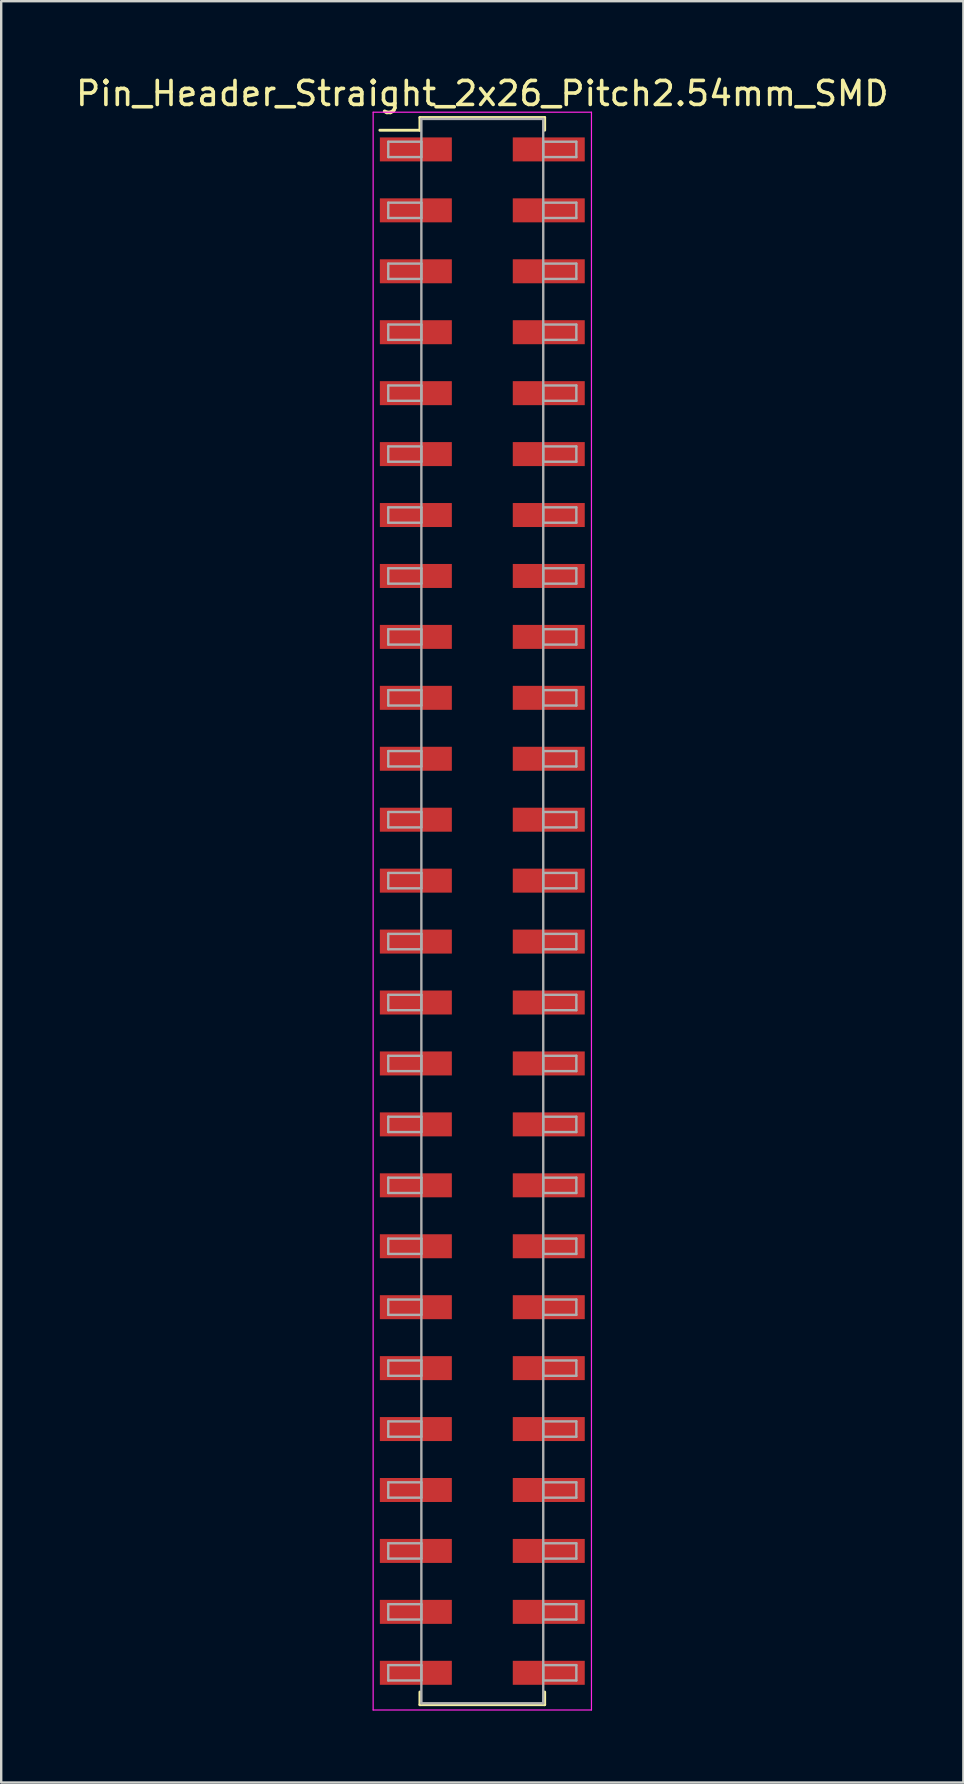
<source format=kicad_pcb>
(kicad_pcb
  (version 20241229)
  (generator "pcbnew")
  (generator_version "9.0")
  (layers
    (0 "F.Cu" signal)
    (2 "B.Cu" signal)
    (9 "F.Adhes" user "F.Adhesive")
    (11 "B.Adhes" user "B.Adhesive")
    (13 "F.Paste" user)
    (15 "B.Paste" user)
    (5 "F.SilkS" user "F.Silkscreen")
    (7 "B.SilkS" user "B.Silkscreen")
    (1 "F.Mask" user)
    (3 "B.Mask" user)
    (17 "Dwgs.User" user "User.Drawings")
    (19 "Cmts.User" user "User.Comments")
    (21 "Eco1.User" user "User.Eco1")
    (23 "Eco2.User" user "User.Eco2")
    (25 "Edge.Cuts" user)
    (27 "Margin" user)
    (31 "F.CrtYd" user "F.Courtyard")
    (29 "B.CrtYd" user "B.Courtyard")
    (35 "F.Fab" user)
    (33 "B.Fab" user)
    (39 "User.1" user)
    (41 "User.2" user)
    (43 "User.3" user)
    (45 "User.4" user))
  (footprint "Pin_Header_Straight_2x26_Pitch2.54mm_SMD"
    (layer "F.Cu")
    (at 17.054 34.928)
    (property "Reference" "Pin_Header_Straight_2x26_Pitch2.54mm_SMD" (at 0 -34.08 0) (layer "F.SilkS") (effects (font (size 1 1) (thickness 0.15))))
    (attr smd)
    (fp_line (start -4.27 -32.55) (end -2.6 -32.55) (stroke (width 0.12) (type solid)) (layer "F.SilkS"))
    (fp_line (start -2.6 -33.08) (end 2.6 -33.08) (stroke (width 0.12) (type solid)) (layer "F.SilkS"))
    (fp_line (start -2.6 -32.55) (end -2.6 -33.08) (stroke (width 0.12) (type solid)) (layer "F.SilkS"))
    (fp_line (start -2.6 32.55) (end -2.6 33.08) (stroke (width 0.12) (type solid)) (layer "F.SilkS"))
    (fp_line (start -2.6 33.08) (end 2.6 33.08) (stroke (width 0.12) (type solid)) (layer "F.SilkS"))
    (fp_line (start 2.6 -33.08) (end 2.6 -32.55) (stroke (width 0.12) (type solid)) (layer "F.SilkS"))
    (fp_line (start 2.6 33.08) (end 2.6 32.55) (stroke (width 0.12) (type solid)) (layer "F.SilkS"))
    (fp_line (start -4.55 -33.3) (end -4.55 33.3) (stroke (width 0.05) (type solid)) (layer "F.CrtYd"))
    (fp_line (start -4.55 33.3) (end 4.55 33.3) (stroke (width 0.05) (type solid)) (layer "F.CrtYd"))
    (fp_line (start 4.55 -33.3) (end -4.55 -33.3) (stroke (width 0.05) (type solid)) (layer "F.CrtYd"))
    (fp_line (start 4.55 33.3) (end 4.55 -33.3) (stroke (width 0.05) (type solid)) (layer "F.CrtYd"))
    (fp_line (start -3.92 -32.07) (end -2.54 -32.07) (stroke (width 0.1) (type solid)) (layer "F.Fab"))
    (fp_line (start -3.92 -31.43) (end -3.92 -32.07) (stroke (width 0.1) (type solid)) (layer "F.Fab"))
    (fp_line (start -3.92 -29.53) (end -2.54 -29.53) (stroke (width 0.1) (type solid)) (layer "F.Fab"))
    (fp_line (start -3.92 -28.89) (end -3.92 -29.53) (stroke (width 0.1) (type solid)) (layer "F.Fab"))
    (fp_line (start -3.92 -26.99) (end -2.54 -26.99) (stroke (width 0.1) (type solid)) (layer "F.Fab"))
    (fp_line (start -3.92 -26.35) (end -3.92 -26.99) (stroke (width 0.1) (type solid)) (layer "F.Fab"))
    (fp_line (start -3.92 -24.45) (end -2.54 -24.45) (stroke (width 0.1) (type solid)) (layer "F.Fab"))
    (fp_line (start -3.92 -23.81) (end -3.92 -24.45) (stroke (width 0.1) (type solid)) (layer "F.Fab"))
    (fp_line (start -3.92 -21.91) (end -2.54 -21.91) (stroke (width 0.1) (type solid)) (layer "F.Fab"))
    (fp_line (start -3.92 -21.27) (end -3.92 -21.91) (stroke (width 0.1) (type solid)) (layer "F.Fab"))
    (fp_line (start -3.92 -19.37) (end -2.54 -19.37) (stroke (width 0.1) (type solid)) (layer "F.Fab"))
    (fp_line (start -3.92 -18.73) (end -3.92 -19.37) (stroke (width 0.1) (type solid)) (layer "F.Fab"))
    (fp_line (start -3.92 -16.83) (end -2.54 -16.83) (stroke (width 0.1) (type solid)) (layer "F.Fab"))
    (fp_line (start -3.92 -16.19) (end -3.92 -16.83) (stroke (width 0.1) (type solid)) (layer "F.Fab"))
    (fp_line (start -3.92 -14.29) (end -2.54 -14.29) (stroke (width 0.1) (type solid)) (layer "F.Fab"))
    (fp_line (start -3.92 -13.65) (end -3.92 -14.29) (stroke (width 0.1) (type solid)) (layer "F.Fab"))
    (fp_line (start -3.92 -11.75) (end -2.54 -11.75) (stroke (width 0.1) (type solid)) (layer "F.Fab"))
    (fp_line (start -3.92 -11.11) (end -3.92 -11.75) (stroke (width 0.1) (type solid)) (layer "F.Fab"))
    (fp_line (start -3.92 -9.21) (end -2.54 -9.21) (stroke (width 0.1) (type solid)) (layer "F.Fab"))
    (fp_line (start -3.92 -8.57) (end -3.92 -9.21) (stroke (width 0.1) (type solid)) (layer "F.Fab"))
    (fp_line (start -3.92 -6.67) (end -2.54 -6.67) (stroke (width 0.1) (type solid)) (layer "F.Fab"))
    (fp_line (start -3.92 -6.03) (end -3.92 -6.67) (stroke (width 0.1) (type solid)) (layer "F.Fab"))
    (fp_line (start -3.92 -4.13) (end -2.54 -4.13) (stroke (width 0.1) (type solid)) (layer "F.Fab"))
    (fp_line (start -3.92 -3.49) (end -3.92 -4.13) (stroke (width 0.1) (type solid)) (layer "F.Fab"))
    (fp_line (start -3.92 -1.59) (end -2.54 -1.59) (stroke (width 0.1) (type solid)) (layer "F.Fab"))
    (fp_line (start -3.92 -0.95) (end -3.92 -1.59) (stroke (width 0.1) (type solid)) (layer "F.Fab"))
    (fp_line (start -3.92 0.95) (end -2.54 0.95) (stroke (width 0.1) (type solid)) (layer "F.Fab"))
    (fp_line (start -3.92 1.59) (end -3.92 0.95) (stroke (width 0.1) (type solid)) (layer "F.Fab"))
    (fp_line (start -3.92 3.49) (end -2.54 3.49) (stroke (width 0.1) (type solid)) (layer "F.Fab"))
    (fp_line (start -3.92 4.13) (end -3.92 3.49) (stroke (width 0.1) (type solid)) (layer "F.Fab"))
    (fp_line (start -3.92 6.03) (end -2.54 6.03) (stroke (width 0.1) (type solid)) (layer "F.Fab"))
    (fp_line (start -3.92 6.67) (end -3.92 6.03) (stroke (width 0.1) (type solid)) (layer "F.Fab"))
    (fp_line (start -3.92 8.57) (end -2.54 8.57) (stroke (width 0.1) (type solid)) (layer "F.Fab"))
    (fp_line (start -3.92 9.21) (end -3.92 8.57) (stroke (width 0.1) (type solid)) (layer "F.Fab"))
    (fp_line (start -3.92 11.11) (end -2.54 11.11) (stroke (width 0.1) (type solid)) (layer "F.Fab"))
    (fp_line (start -3.92 11.75) (end -3.92 11.11) (stroke (width 0.1) (type solid)) (layer "F.Fab"))
    (fp_line (start -3.92 13.65) (end -2.54 13.65) (stroke (width 0.1) (type solid)) (layer "F.Fab"))
    (fp_line (start -3.92 14.29) (end -3.92 13.65) (stroke (width 0.1) (type solid)) (layer "F.Fab"))
    (fp_line (start -3.92 16.19) (end -2.54 16.19) (stroke (width 0.1) (type solid)) (layer "F.Fab"))
    (fp_line (start -3.92 16.83) (end -3.92 16.19) (stroke (width 0.1) (type solid)) (layer "F.Fab"))
    (fp_line (start -3.92 18.73) (end -2.54 18.73) (stroke (width 0.1) (type solid)) (layer "F.Fab"))
    (fp_line (start -3.92 19.37) (end -3.92 18.73) (stroke (width 0.1) (type solid)) (layer "F.Fab"))
    (fp_line (start -3.92 21.27) (end -2.54 21.27) (stroke (width 0.1) (type solid)) (layer "F.Fab"))
    (fp_line (start -3.92 21.91) (end -3.92 21.27) (stroke (width 0.1) (type solid)) (layer "F.Fab"))
    (fp_line (start -3.92 23.81) (end -2.54 23.81) (stroke (width 0.1) (type solid)) (layer "F.Fab"))
    (fp_line (start -3.92 24.45) (end -3.92 23.81) (stroke (width 0.1) (type solid)) (layer "F.Fab"))
    (fp_line (start -3.92 26.35) (end -2.54 26.35) (stroke (width 0.1) (type solid)) (layer "F.Fab"))
    (fp_line (start -3.92 26.99) (end -3.92 26.35) (stroke (width 0.1) (type solid)) (layer "F.Fab"))
    (fp_line (start -3.92 28.89) (end -2.54 28.89) (stroke (width 0.1) (type solid)) (layer "F.Fab"))
    (fp_line (start -3.92 29.53) (end -3.92 28.89) (stroke (width 0.1) (type solid)) (layer "F.Fab"))
    (fp_line (start -3.92 31.43) (end -2.54 31.43) (stroke (width 0.1) (type solid)) (layer "F.Fab"))
    (fp_line (start -3.92 32.07) (end -3.92 31.43) (stroke (width 0.1) (type solid)) (layer "F.Fab"))
    (fp_line (start -2.54 -33.02) (end -2.54 33.02) (stroke (width 0.1) (type solid)) (layer "F.Fab"))
    (fp_line (start -2.54 -32.07) (end -2.54 -31.43) (stroke (width 0.1) (type solid)) (layer "F.Fab"))
    (fp_line (start -2.54 -31.43) (end -3.92 -31.43) (stroke (width 0.1) (type solid)) (layer "F.Fab"))
    (fp_line (start -2.54 -29.53) (end -2.54 -28.89) (stroke (width 0.1) (type solid)) (layer "F.Fab"))
    (fp_line (start -2.54 -28.89) (end -3.92 -28.89) (stroke (width 0.1) (type solid)) (layer "F.Fab"))
    (fp_line (start -2.54 -26.99) (end -2.54 -26.35) (stroke (width 0.1) (type solid)) (layer "F.Fab"))
    (fp_line (start -2.54 -26.35) (end -3.92 -26.35) (stroke (width 0.1) (type solid)) (layer "F.Fab"))
    (fp_line (start -2.54 -24.45) (end -2.54 -23.81) (stroke (width 0.1) (type solid)) (layer "F.Fab"))
    (fp_line (start -2.54 -23.81) (end -3.92 -23.81) (stroke (width 0.1) (type solid)) (layer "F.Fab"))
    (fp_line (start -2.54 -21.91) (end -2.54 -21.27) (stroke (width 0.1) (type solid)) (layer "F.Fab"))
    (fp_line (start -2.54 -21.27) (end -3.92 -21.27) (stroke (width 0.1) (type solid)) (layer "F.Fab"))
    (fp_line (start -2.54 -19.37) (end -2.54 -18.73) (stroke (width 0.1) (type solid)) (layer "F.Fab"))
    (fp_line (start -2.54 -18.73) (end -3.92 -18.73) (stroke (width 0.1) (type solid)) (layer "F.Fab"))
    (fp_line (start -2.54 -16.83) (end -2.54 -16.19) (stroke (width 0.1) (type solid)) (layer "F.Fab"))
    (fp_line (start -2.54 -16.19) (end -3.92 -16.19) (stroke (width 0.1) (type solid)) (layer "F.Fab"))
    (fp_line (start -2.54 -14.29) (end -2.54 -13.65) (stroke (width 0.1) (type solid)) (layer "F.Fab"))
    (fp_line (start -2.54 -13.65) (end -3.92 -13.65) (stroke (width 0.1) (type solid)) (layer "F.Fab"))
    (fp_line (start -2.54 -11.75) (end -2.54 -11.11) (stroke (width 0.1) (type solid)) (layer "F.Fab"))
    (fp_line (start -2.54 -11.11) (end -3.92 -11.11) (stroke (width 0.1) (type solid)) (layer "F.Fab"))
    (fp_line (start -2.54 -9.21) (end -2.54 -8.57) (stroke (width 0.1) (type solid)) (layer "F.Fab"))
    (fp_line (start -2.54 -8.57) (end -3.92 -8.57) (stroke (width 0.1) (type solid)) (layer "F.Fab"))
    (fp_line (start -2.54 -6.67) (end -2.54 -6.03) (stroke (width 0.1) (type solid)) (layer "F.Fab"))
    (fp_line (start -2.54 -6.03) (end -3.92 -6.03) (stroke (width 0.1) (type solid)) (layer "F.Fab"))
    (fp_line (start -2.54 -4.13) (end -2.54 -3.49) (stroke (width 0.1) (type solid)) (layer "F.Fab"))
    (fp_line (start -2.54 -3.49) (end -3.92 -3.49) (stroke (width 0.1) (type solid)) (layer "F.Fab"))
    (fp_line (start -2.54 -1.59) (end -2.54 -0.95) (stroke (width 0.1) (type solid)) (layer "F.Fab"))
    (fp_line (start -2.54 -0.95) (end -3.92 -0.95) (stroke (width 0.1) (type solid)) (layer "F.Fab"))
    (fp_line (start -2.54 0.95) (end -2.54 1.59) (stroke (width 0.1) (type solid)) (layer "F.Fab"))
    (fp_line (start -2.54 1.59) (end -3.92 1.59) (stroke (width 0.1) (type solid)) (layer "F.Fab"))
    (fp_line (start -2.54 3.49) (end -2.54 4.13) (stroke (width 0.1) (type solid)) (layer "F.Fab"))
    (fp_line (start -2.54 4.13) (end -3.92 4.13) (stroke (width 0.1) (type solid)) (layer "F.Fab"))
    (fp_line (start -2.54 6.03) (end -2.54 6.67) (stroke (width 0.1) (type solid)) (layer "F.Fab"))
    (fp_line (start -2.54 6.67) (end -3.92 6.67) (stroke (width 0.1) (type solid)) (layer "F.Fab"))
    (fp_line (start -2.54 8.57) (end -2.54 9.21) (stroke (width 0.1) (type solid)) (layer "F.Fab"))
    (fp_line (start -2.54 9.21) (end -3.92 9.21) (stroke (width 0.1) (type solid)) (layer "F.Fab"))
    (fp_line (start -2.54 11.11) (end -2.54 11.75) (stroke (width 0.1) (type solid)) (layer "F.Fab"))
    (fp_line (start -2.54 11.75) (end -3.92 11.75) (stroke (width 0.1) (type solid)) (layer "F.Fab"))
    (fp_line (start -2.54 13.65) (end -2.54 14.29) (stroke (width 0.1) (type solid)) (layer "F.Fab"))
    (fp_line (start -2.54 14.29) (end -3.92 14.29) (stroke (width 0.1) (type solid)) (layer "F.Fab"))
    (fp_line (start -2.54 16.19) (end -2.54 16.83) (stroke (width 0.1) (type solid)) (layer "F.Fab"))
    (fp_line (start -2.54 16.83) (end -3.92 16.83) (stroke (width 0.1) (type solid)) (layer "F.Fab"))
    (fp_line (start -2.54 18.73) (end -2.54 19.37) (stroke (width 0.1) (type solid)) (layer "F.Fab"))
    (fp_line (start -2.54 19.37) (end -3.92 19.37) (stroke (width 0.1) (type solid)) (layer "F.Fab"))
    (fp_line (start -2.54 21.27) (end -2.54 21.91) (stroke (width 0.1) (type solid)) (layer "F.Fab"))
    (fp_line (start -2.54 21.91) (end -3.92 21.91) (stroke (width 0.1) (type solid)) (layer "F.Fab"))
    (fp_line (start -2.54 23.81) (end -2.54 24.45) (stroke (width 0.1) (type solid)) (layer "F.Fab"))
    (fp_line (start -2.54 24.45) (end -3.92 24.45) (stroke (width 0.1) (type solid)) (layer "F.Fab"))
    (fp_line (start -2.54 26.35) (end -2.54 26.99) (stroke (width 0.1) (type solid)) (layer "F.Fab"))
    (fp_line (start -2.54 26.99) (end -3.92 26.99) (stroke (width 0.1) (type solid)) (layer "F.Fab"))
    (fp_line (start -2.54 28.89) (end -2.54 29.53) (stroke (width 0.1) (type solid)) (layer "F.Fab"))
    (fp_line (start -2.54 29.53) (end -3.92 29.53) (stroke (width 0.1) (type solid)) (layer "F.Fab"))
    (fp_line (start -2.54 31.43) (end -2.54 32.07) (stroke (width 0.1) (type solid)) (layer "F.Fab"))
    (fp_line (start -2.54 32.07) (end -3.92 32.07) (stroke (width 0.1) (type solid)) (layer "F.Fab"))
    (fp_line (start -2.54 33.02) (end 2.54 33.02) (stroke (width 0.1) (type solid)) (layer "F.Fab"))
    (fp_line (start 2.54 -33.02) (end -2.54 -33.02) (stroke (width 0.1) (type solid)) (layer "F.Fab"))
    (fp_line (start 2.54 -32.07) (end 2.54 -31.43) (stroke (width 0.1) (type solid)) (layer "F.Fab"))
    (fp_line (start 2.54 -31.43) (end 3.92 -31.43) (stroke (width 0.1) (type solid)) (layer "F.Fab"))
    (fp_line (start 2.54 -29.53) (end 2.54 -28.89) (stroke (width 0.1) (type solid)) (layer "F.Fab"))
    (fp_line (start 2.54 -28.89) (end 3.92 -28.89) (stroke (width 0.1) (type solid)) (layer "F.Fab"))
    (fp_line (start 2.54 -26.99) (end 2.54 -26.35) (stroke (width 0.1) (type solid)) (layer "F.Fab"))
    (fp_line (start 2.54 -26.35) (end 3.92 -26.35) (stroke (width 0.1) (type solid)) (layer "F.Fab"))
    (fp_line (start 2.54 -24.45) (end 2.54 -23.81) (stroke (width 0.1) (type solid)) (layer "F.Fab"))
    (fp_line (start 2.54 -23.81) (end 3.92 -23.81) (stroke (width 0.1) (type solid)) (layer "F.Fab"))
    (fp_line (start 2.54 -21.91) (end 2.54 -21.27) (stroke (width 0.1) (type solid)) (layer "F.Fab"))
    (fp_line (start 2.54 -21.27) (end 3.92 -21.27) (stroke (width 0.1) (type solid)) (layer "F.Fab"))
    (fp_line (start 2.54 -19.37) (end 2.54 -18.73) (stroke (width 0.1) (type solid)) (layer "F.Fab"))
    (fp_line (start 2.54 -18.73) (end 3.92 -18.73) (stroke (width 0.1) (type solid)) (layer "F.Fab"))
    (fp_line (start 2.54 -16.83) (end 2.54 -16.19) (stroke (width 0.1) (type solid)) (layer "F.Fab"))
    (fp_line (start 2.54 -16.19) (end 3.92 -16.19) (stroke (width 0.1) (type solid)) (layer "F.Fab"))
    (fp_line (start 2.54 -14.29) (end 2.54 -13.65) (stroke (width 0.1) (type solid)) (layer "F.Fab"))
    (fp_line (start 2.54 -13.65) (end 3.92 -13.65) (stroke (width 0.1) (type solid)) (layer "F.Fab"))
    (fp_line (start 2.54 -11.75) (end 2.54 -11.11) (stroke (width 0.1) (type solid)) (layer "F.Fab"))
    (fp_line (start 2.54 -11.11) (end 3.92 -11.11) (stroke (width 0.1) (type solid)) (layer "F.Fab"))
    (fp_line (start 2.54 -9.21) (end 2.54 -8.57) (stroke (width 0.1) (type solid)) (layer "F.Fab"))
    (fp_line (start 2.54 -8.57) (end 3.92 -8.57) (stroke (width 0.1) (type solid)) (layer "F.Fab"))
    (fp_line (start 2.54 -6.67) (end 2.54 -6.03) (stroke (width 0.1) (type solid)) (layer "F.Fab"))
    (fp_line (start 2.54 -6.03) (end 3.92 -6.03) (stroke (width 0.1) (type solid)) (layer "F.Fab"))
    (fp_line (start 2.54 -4.13) (end 2.54 -3.49) (stroke (width 0.1) (type solid)) (layer "F.Fab"))
    (fp_line (start 2.54 -3.49) (end 3.92 -3.49) (stroke (width 0.1) (type solid)) (layer "F.Fab"))
    (fp_line (start 2.54 -1.59) (end 2.54 -0.95) (stroke (width 0.1) (type solid)) (layer "F.Fab"))
    (fp_line (start 2.54 -0.95) (end 3.92 -0.95) (stroke (width 0.1) (type solid)) (layer "F.Fab"))
    (fp_line (start 2.54 0.95) (end 2.54 1.59) (stroke (width 0.1) (type solid)) (layer "F.Fab"))
    (fp_line (start 2.54 1.59) (end 3.92 1.59) (stroke (width 0.1) (type solid)) (layer "F.Fab"))
    (fp_line (start 2.54 3.49) (end 2.54 4.13) (stroke (width 0.1) (type solid)) (layer "F.Fab"))
    (fp_line (start 2.54 4.13) (end 3.92 4.13) (stroke (width 0.1) (type solid)) (layer "F.Fab"))
    (fp_line (start 2.54 6.03) (end 2.54 6.67) (stroke (width 0.1) (type solid)) (layer "F.Fab"))
    (fp_line (start 2.54 6.67) (end 3.92 6.67) (stroke (width 0.1) (type solid)) (layer "F.Fab"))
    (fp_line (start 2.54 8.57) (end 2.54 9.21) (stroke (width 0.1) (type solid)) (layer "F.Fab"))
    (fp_line (start 2.54 9.21) (end 3.92 9.21) (stroke (width 0.1) (type solid)) (layer "F.Fab"))
    (fp_line (start 2.54 11.11) (end 2.54 11.75) (stroke (width 0.1) (type solid)) (layer "F.Fab"))
    (fp_line (start 2.54 11.75) (end 3.92 11.75) (stroke (width 0.1) (type solid)) (layer "F.Fab"))
    (fp_line (start 2.54 13.65) (end 2.54 14.29) (stroke (width 0.1) (type solid)) (layer "F.Fab"))
    (fp_line (start 2.54 14.29) (end 3.92 14.29) (stroke (width 0.1) (type solid)) (layer "F.Fab"))
    (fp_line (start 2.54 16.19) (end 2.54 16.83) (stroke (width 0.1) (type solid)) (layer "F.Fab"))
    (fp_line (start 2.54 16.83) (end 3.92 16.83) (stroke (width 0.1) (type solid)) (layer "F.Fab"))
    (fp_line (start 2.54 18.73) (end 2.54 19.37) (stroke (width 0.1) (type solid)) (layer "F.Fab"))
    (fp_line (start 2.54 19.37) (end 3.92 19.37) (stroke (width 0.1) (type solid)) (layer "F.Fab"))
    (fp_line (start 2.54 21.27) (end 2.54 21.91) (stroke (width 0.1) (type solid)) (layer "F.Fab"))
    (fp_line (start 2.54 21.91) (end 3.92 21.91) (stroke (width 0.1) (type solid)) (layer "F.Fab"))
    (fp_line (start 2.54 23.81) (end 2.54 24.45) (stroke (width 0.1) (type solid)) (layer "F.Fab"))
    (fp_line (start 2.54 24.45) (end 3.92 24.45) (stroke (width 0.1) (type solid)) (layer "F.Fab"))
    (fp_line (start 2.54 26.35) (end 2.54 26.99) (stroke (width 0.1) (type solid)) (layer "F.Fab"))
    (fp_line (start 2.54 26.99) (end 3.92 26.99) (stroke (width 0.1) (type solid)) (layer "F.Fab"))
    (fp_line (start 2.54 28.89) (end 2.54 29.53) (stroke (width 0.1) (type solid)) (layer "F.Fab"))
    (fp_line (start 2.54 29.53) (end 3.92 29.53) (stroke (width 0.1) (type solid)) (layer "F.Fab"))
    (fp_line (start 2.54 31.43) (end 2.54 32.07) (stroke (width 0.1) (type solid)) (layer "F.Fab"))
    (fp_line (start 2.54 32.07) (end 3.92 32.07) (stroke (width 0.1) (type solid)) (layer "F.Fab"))
    (fp_line (start 2.54 33.02) (end 2.54 -33.02) (stroke (width 0.1) (type solid)) (layer "F.Fab"))
    (fp_line (start 3.92 -32.07) (end 2.54 -32.07) (stroke (width 0.1) (type solid)) (layer "F.Fab"))
    (fp_line (start 3.92 -31.43) (end 3.92 -32.07) (stroke (width 0.1) (type solid)) (layer "F.Fab"))
    (fp_line (start 3.92 -29.53) (end 2.54 -29.53) (stroke (width 0.1) (type solid)) (layer "F.Fab"))
    (fp_line (start 3.92 -28.89) (end 3.92 -29.53) (stroke (width 0.1) (type solid)) (layer "F.Fab"))
    (fp_line (start 3.92 -26.99) (end 2.54 -26.99) (stroke (width 0.1) (type solid)) (layer "F.Fab"))
    (fp_line (start 3.92 -26.35) (end 3.92 -26.99) (stroke (width 0.1) (type solid)) (layer "F.Fab"))
    (fp_line (start 3.92 -24.45) (end 2.54 -24.45) (stroke (width 0.1) (type solid)) (layer "F.Fab"))
    (fp_line (start 3.92 -23.81) (end 3.92 -24.45) (stroke (width 0.1) (type solid)) (layer "F.Fab"))
    (fp_line (start 3.92 -21.91) (end 2.54 -21.91) (stroke (width 0.1) (type solid)) (layer "F.Fab"))
    (fp_line (start 3.92 -21.27) (end 3.92 -21.91) (stroke (width 0.1) (type solid)) (layer "F.Fab"))
    (fp_line (start 3.92 -19.37) (end 2.54 -19.37) (stroke (width 0.1) (type solid)) (layer "F.Fab"))
    (fp_line (start 3.92 -18.73) (end 3.92 -19.37) (stroke (width 0.1) (type solid)) (layer "F.Fab"))
    (fp_line (start 3.92 -16.83) (end 2.54 -16.83) (stroke (width 0.1) (type solid)) (layer "F.Fab"))
    (fp_line (start 3.92 -16.19) (end 3.92 -16.83) (stroke (width 0.1) (type solid)) (layer "F.Fab"))
    (fp_line (start 3.92 -14.29) (end 2.54 -14.29) (stroke (width 0.1) (type solid)) (layer "F.Fab"))
    (fp_line (start 3.92 -13.65) (end 3.92 -14.29) (stroke (width 0.1) (type solid)) (layer "F.Fab"))
    (fp_line (start 3.92 -11.75) (end 2.54 -11.75) (stroke (width 0.1) (type solid)) (layer "F.Fab"))
    (fp_line (start 3.92 -11.11) (end 3.92 -11.75) (stroke (width 0.1) (type solid)) (layer "F.Fab"))
    (fp_line (start 3.92 -9.21) (end 2.54 -9.21) (stroke (width 0.1) (type solid)) (layer "F.Fab"))
    (fp_line (start 3.92 -8.57) (end 3.92 -9.21) (stroke (width 0.1) (type solid)) (layer "F.Fab"))
    (fp_line (start 3.92 -6.67) (end 2.54 -6.67) (stroke (width 0.1) (type solid)) (layer "F.Fab"))
    (fp_line (start 3.92 -6.03) (end 3.92 -6.67) (stroke (width 0.1) (type solid)) (layer "F.Fab"))
    (fp_line (start 3.92 -4.13) (end 2.54 -4.13) (stroke (width 0.1) (type solid)) (layer "F.Fab"))
    (fp_line (start 3.92 -3.49) (end 3.92 -4.13) (stroke (width 0.1) (type solid)) (layer "F.Fab"))
    (fp_line (start 3.92 -1.59) (end 2.54 -1.59) (stroke (width 0.1) (type solid)) (layer "F.Fab"))
    (fp_line (start 3.92 -0.95) (end 3.92 -1.59) (stroke (width 0.1) (type solid)) (layer "F.Fab"))
    (fp_line (start 3.92 0.95) (end 2.54 0.95) (stroke (width 0.1) (type solid)) (layer "F.Fab"))
    (fp_line (start 3.92 1.59) (end 3.92 0.95) (stroke (width 0.1) (type solid)) (layer "F.Fab"))
    (fp_line (start 3.92 3.49) (end 2.54 3.49) (stroke (width 0.1) (type solid)) (layer "F.Fab"))
    (fp_line (start 3.92 4.13) (end 3.92 3.49) (stroke (width 0.1) (type solid)) (layer "F.Fab"))
    (fp_line (start 3.92 6.03) (end 2.54 6.03) (stroke (width 0.1) (type solid)) (layer "F.Fab"))
    (fp_line (start 3.92 6.67) (end 3.92 6.03) (stroke (width 0.1) (type solid)) (layer "F.Fab"))
    (fp_line (start 3.92 8.57) (end 2.54 8.57) (stroke (width 0.1) (type solid)) (layer "F.Fab"))
    (fp_line (start 3.92 9.21) (end 3.92 8.57) (stroke (width 0.1) (type solid)) (layer "F.Fab"))
    (fp_line (start 3.92 11.11) (end 2.54 11.11) (stroke (width 0.1) (type solid)) (layer "F.Fab"))
    (fp_line (start 3.92 11.75) (end 3.92 11.11) (stroke (width 0.1) (type solid)) (layer "F.Fab"))
    (fp_line (start 3.92 13.65) (end 2.54 13.65) (stroke (width 0.1) (type solid)) (layer "F.Fab"))
    (fp_line (start 3.92 14.29) (end 3.92 13.65) (stroke (width 0.1) (type solid)) (layer "F.Fab"))
    (fp_line (start 3.92 16.19) (end 2.54 16.19) (stroke (width 0.1) (type solid)) (layer "F.Fab"))
    (fp_line (start 3.92 16.83) (end 3.92 16.19) (stroke (width 0.1) (type solid)) (layer "F.Fab"))
    (fp_line (start 3.92 18.73) (end 2.54 18.73) (stroke (width 0.1) (type solid)) (layer "F.Fab"))
    (fp_line (start 3.92 19.37) (end 3.92 18.73) (stroke (width 0.1) (type solid)) (layer "F.Fab"))
    (fp_line (start 3.92 21.27) (end 2.54 21.27) (stroke (width 0.1) (type solid)) (layer "F.Fab"))
    (fp_line (start 3.92 21.91) (end 3.92 21.27) (stroke (width 0.1) (type solid)) (layer "F.Fab"))
    (fp_line (start 3.92 23.81) (end 2.54 23.81) (stroke (width 0.1) (type solid)) (layer "F.Fab"))
    (fp_line (start 3.92 24.45) (end 3.92 23.81) (stroke (width 0.1) (type solid)) (layer "F.Fab"))
    (fp_line (start 3.92 26.35) (end 2.54 26.35) (stroke (width 0.1) (type solid)) (layer "F.Fab"))
    (fp_line (start 3.92 26.99) (end 3.92 26.35) (stroke (width 0.1) (type solid)) (layer "F.Fab"))
    (fp_line (start 3.92 28.89) (end 2.54 28.89) (stroke (width 0.1) (type solid)) (layer "F.Fab"))
    (fp_line (start 3.92 29.53) (end 3.92 28.89) (stroke (width 0.1) (type solid)) (layer "F.Fab"))
    (fp_line (start 3.92 31.43) (end 2.54 31.43) (stroke (width 0.1) (type solid)) (layer "F.Fab"))
    (fp_line (start 3.92 32.07) (end 3.92 31.43) (stroke (width 0.1) (type solid)) (layer "F.Fab"))
    (pad "1" smd rect (at -2.77 -31.75) (size 3 1) (layers "F.Cu" "F.Mask"))
    (pad "2" smd rect (at 2.77 -31.75) (size 3 1) (layers "F.Cu" "F.Mask"))
    (pad "3" smd rect (at -2.77 -29.21) (size 3 1) (layers "F.Cu" "F.Mask"))
    (pad "4" smd rect (at 2.77 -29.21) (size 3 1) (layers "F.Cu" "F.Mask"))
    (pad "5" smd rect (at -2.77 -26.67) (size 3 1) (layers "F.Cu" "F.Mask"))
    (pad "6" smd rect (at 2.77 -26.67) (size 3 1) (layers "F.Cu" "F.Mask"))
    (pad "7" smd rect (at -2.77 -24.13) (size 3 1) (layers "F.Cu" "F.Mask"))
    (pad "8" smd rect (at 2.77 -24.13) (size 3 1) (layers "F.Cu" "F.Mask"))
    (pad "9" smd rect (at -2.77 -21.59) (size 3 1) (layers "F.Cu" "F.Mask"))
    (pad "10" smd rect (at 2.77 -21.59) (size 3 1) (layers "F.Cu" "F.Mask"))
    (pad "11" smd rect (at -2.77 -19.05) (size 3 1) (layers "F.Cu" "F.Mask"))
    (pad "12" smd rect (at 2.77 -19.05) (size 3 1) (layers "F.Cu" "F.Mask"))
    (pad "13" smd rect (at -2.77 -16.51) (size 3 1) (layers "F.Cu" "F.Mask"))
    (pad "14" smd rect (at 2.77 -16.51) (size 3 1) (layers "F.Cu" "F.Mask"))
    (pad "15" smd rect (at -2.77 -13.97) (size 3 1) (layers "F.Cu" "F.Mask"))
    (pad "16" smd rect (at 2.77 -13.97) (size 3 1) (layers "F.Cu" "F.Mask"))
    (pad "17" smd rect (at -2.77 -11.43) (size 3 1) (layers "F.Cu" "F.Mask"))
    (pad "18" smd rect (at 2.77 -11.43) (size 3 1) (layers "F.Cu" "F.Mask"))
    (pad "19" smd rect (at -2.77 -8.89) (size 3 1) (layers "F.Cu" "F.Mask"))
    (pad "20" smd rect (at 2.77 -8.89) (size 3 1) (layers "F.Cu" "F.Mask"))
    (pad "21" smd rect (at -2.77 -6.35) (size 3 1) (layers "F.Cu" "F.Mask"))
    (pad "22" smd rect (at 2.77 -6.35) (size 3 1) (layers "F.Cu" "F.Mask"))
    (pad "23" smd rect (at -2.77 -3.81) (size 3 1) (layers "F.Cu" "F.Mask"))
    (pad "24" smd rect (at 2.77 -3.81) (size 3 1) (layers "F.Cu" "F.Mask"))
    (pad "25" smd rect (at -2.77 -1.27) (size 3 1) (layers "F.Cu" "F.Mask"))
    (pad "26" smd rect (at 2.77 -1.27) (size 3 1) (layers "F.Cu" "F.Mask"))
    (pad "27" smd rect (at -2.77 1.27) (size 3 1) (layers "F.Cu" "F.Mask"))
    (pad "28" smd rect (at 2.77 1.27) (size 3 1) (layers "F.Cu" "F.Mask"))
    (pad "29" smd rect (at -2.77 3.81) (size 3 1) (layers "F.Cu" "F.Mask"))
    (pad "30" smd rect (at 2.77 3.81) (size 3 1) (layers "F.Cu" "F.Mask"))
    (pad "31" smd rect (at -2.77 6.35) (size 3 1) (layers "F.Cu" "F.Mask"))
    (pad "32" smd rect (at 2.77 6.35) (size 3 1) (layers "F.Cu" "F.Mask"))
    (pad "33" smd rect (at -2.77 8.89) (size 3 1) (layers "F.Cu" "F.Mask"))
    (pad "34" smd rect (at 2.77 8.89) (size 3 1) (layers "F.Cu" "F.Mask"))
    (pad "35" smd rect (at -2.77 11.43) (size 3 1) (layers "F.Cu" "F.Mask"))
    (pad "36" smd rect (at 2.77 11.43) (size 3 1) (layers "F.Cu" "F.Mask"))
    (pad "37" smd rect (at -2.77 13.97) (size 3 1) (layers "F.Cu" "F.Mask"))
    (pad "38" smd rect (at 2.77 13.97) (size 3 1) (layers "F.Cu" "F.Mask"))
    (pad "39" smd rect (at -2.77 16.51) (size 3 1) (layers "F.Cu" "F.Mask"))
    (pad "40" smd rect (at 2.77 16.51) (size 3 1) (layers "F.Cu" "F.Mask"))
    (pad "41" smd rect (at -2.77 19.05) (size 3 1) (layers "F.Cu" "F.Mask"))
    (pad "42" smd rect (at 2.77 19.05) (size 3 1) (layers "F.Cu" "F.Mask"))
    (pad "43" smd rect (at -2.77 21.59) (size 3 1) (layers "F.Cu" "F.Mask"))
    (pad "44" smd rect (at 2.77 21.59) (size 3 1) (layers "F.Cu" "F.Mask"))
    (pad "45" smd rect (at -2.77 24.13) (size 3 1) (layers "F.Cu" "F.Mask"))
    (pad "46" smd rect (at 2.77 24.13) (size 3 1) (layers "F.Cu" "F.Mask"))
    (pad "47" smd rect (at -2.77 26.67) (size 3 1) (layers "F.Cu" "F.Mask"))
    (pad "48" smd rect (at 2.77 26.67) (size 3 1) (layers "F.Cu" "F.Mask"))
    (pad "49" smd rect (at -2.77 29.21) (size 3 1) (layers "F.Cu" "F.Mask"))
    (pad "50" smd rect (at 2.77 29.21) (size 3 1) (layers "F.Cu" "F.Mask"))
    (pad "51" smd rect (at -2.77 31.75) (size 3 1) (layers "F.Cu" "F.Mask"))
    (pad "52" smd rect (at 2.77 31.75) (size 3 1) (layers "F.Cu" "F.Mask")))
  (gr_rect
    (start -3 -3)
    (end 37.107 71.253)
    (stroke (width 0.1) (type default))
    (fill no)
    (layer "Edge.Cuts")))
</source>
